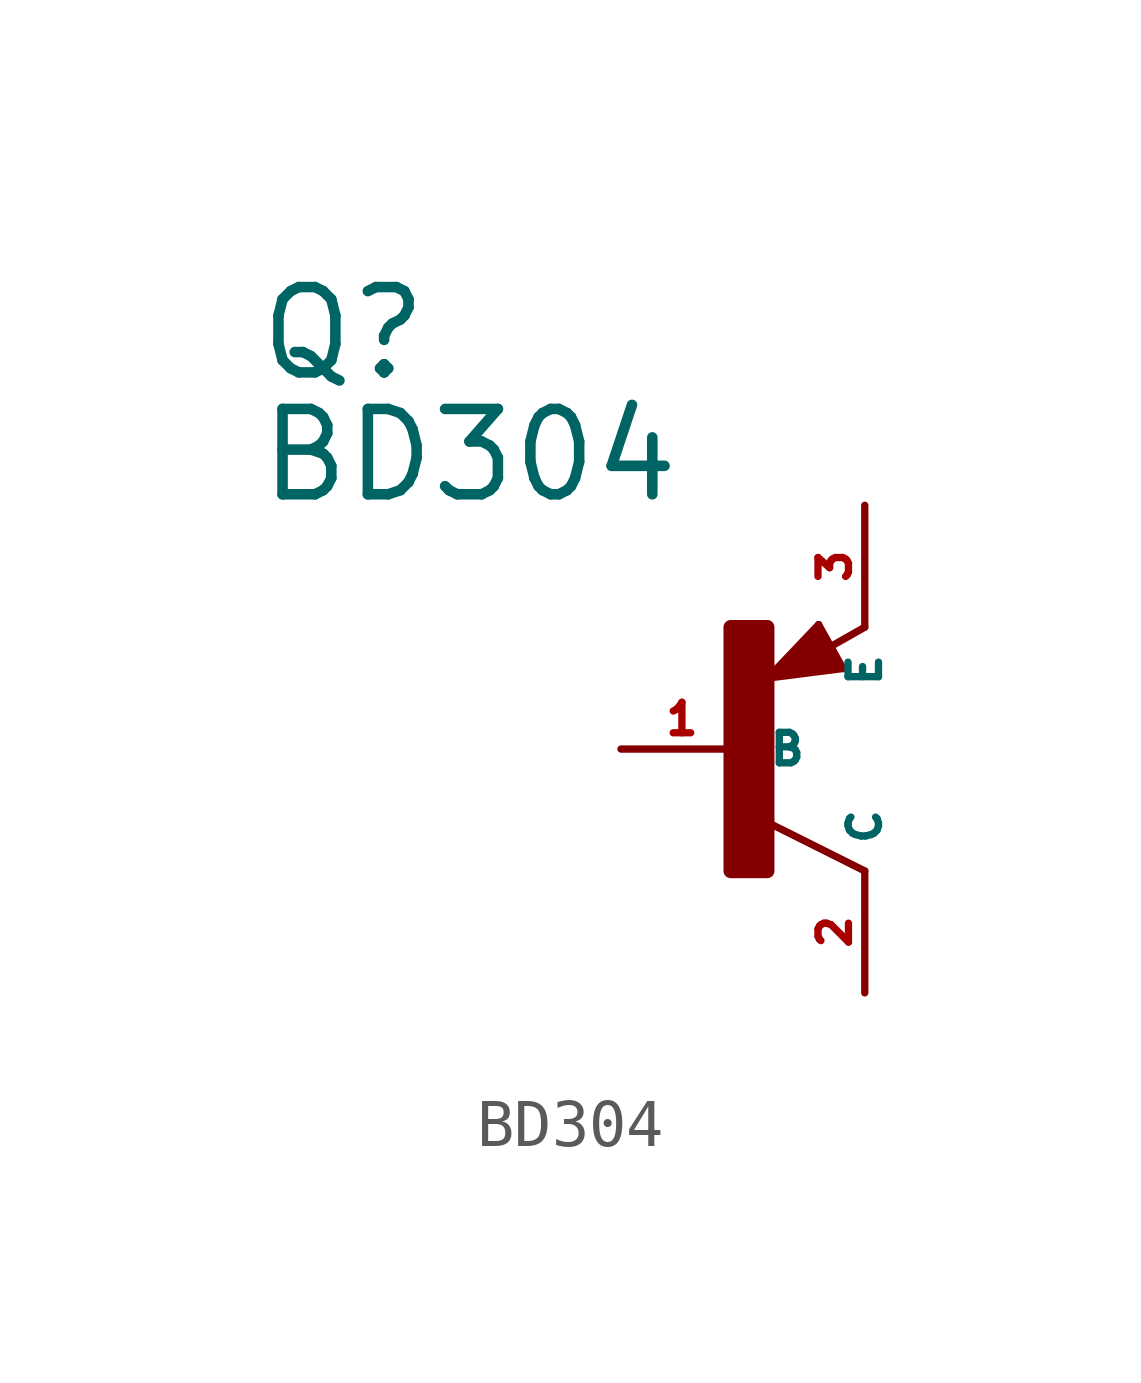
<source format=kicad_sym>
(kicad_symbol_lib
  (version 20220914)
  (generator Eagle2Kicad)
  (symbol "BD304"
    (property "Reference" "Q"
      (at -10.16 7.62 0)
      (effects (font (size 1.778 1.778) (thickness 0.22)) (justify left bottom)))
    (property "Value" "BD304"
      (at -10.16 5.08 0)
      (effects (font (size 1.778 1.778) (thickness 0.22)) (justify left bottom)))
    (polyline
      (pts (xy 2.086 1.678) (xy 1.578 2.594))
      (stroke (width 0.152) (type default))
      (fill (type none)))
    (polyline
      (pts (xy 1.578 2.594) (xy 0.516 1.478))
      (stroke (width 0.152) (type default))
      (fill (type none)))
    (polyline
      (pts (xy 0.516 1.478) (xy 2.086 1.678))
      (stroke (width 0.152) (type default))
      (fill (type none)))
    (polyline
      (pts (xy 2.54 2.54) (xy 1.808 2.124))
      (stroke (width 0.152) (type default))
      (fill (type none)))
    (polyline
      (pts (xy 2.54 -2.54) (xy 0.508 -1.524))
      (stroke (width 0.152) (type default))
      (fill (type none)))
    (polyline
      (pts (xy 1.905 1.778) (xy 1.524 2.413))
      (stroke (width 0.254) (type default))
      (fill (type none)))
    (polyline
      (pts (xy 1.524 2.413) (xy 0.762 1.651))
      (stroke (width 0.254) (type default))
      (fill (type none)))
    (polyline
      (pts (xy 0.762 1.651) (xy 1.778 1.778))
      (stroke (width 0.254) (type default))
      (fill (type none)))
    (polyline
      (pts (xy 1.778 1.778) (xy 1.524 2.159))
      (stroke (width 0.254) (type default))
      (fill (type none)))
    (polyline
      (pts (xy 1.524 2.159) (xy 1.143 1.905))
      (stroke (width 0.254) (type default))
      (fill (type none)))
    (polyline
      (pts (xy 1.143 1.905) (xy 1.524 1.905))
      (stroke (width 0.254) (type default))
      (fill (type none)))
    (rectangle
      (start -0.254 -2.54)
      (end 0.508 2.54)
      (stroke (width 0.3) (type default))
      (fill (type outline)))
    (pin passive line
      (at -2.54 0 0)
      (length 2.54)
      (name "B" (effects (font (size 0.635 0.635) (thickness 0.08)) (justify left bottom)))
      (number "1" (effects (font (size 0.635 0.635) (thickness 0.08)) (justify left bottom))))
    (pin passive line
      (at 2.54 5.08 270)
      (length 2.54)
      (name "E" (effects (font (size 0.635 0.635) (thickness 0.08)) (justify left bottom)))
      (number "3" (effects (font (size 0.635 0.635) (thickness 0.08)) (justify left bottom))))
    (pin passive line
      (at 2.54 -5.08 90)
      (length 2.54)
      (name "C" (effects (font (size 0.635 0.635) (thickness 0.08)) (justify left bottom)))
      (number "2" (effects (font (size 0.635 0.635) (thickness 0.08)) (justify left bottom))))))
</source>
